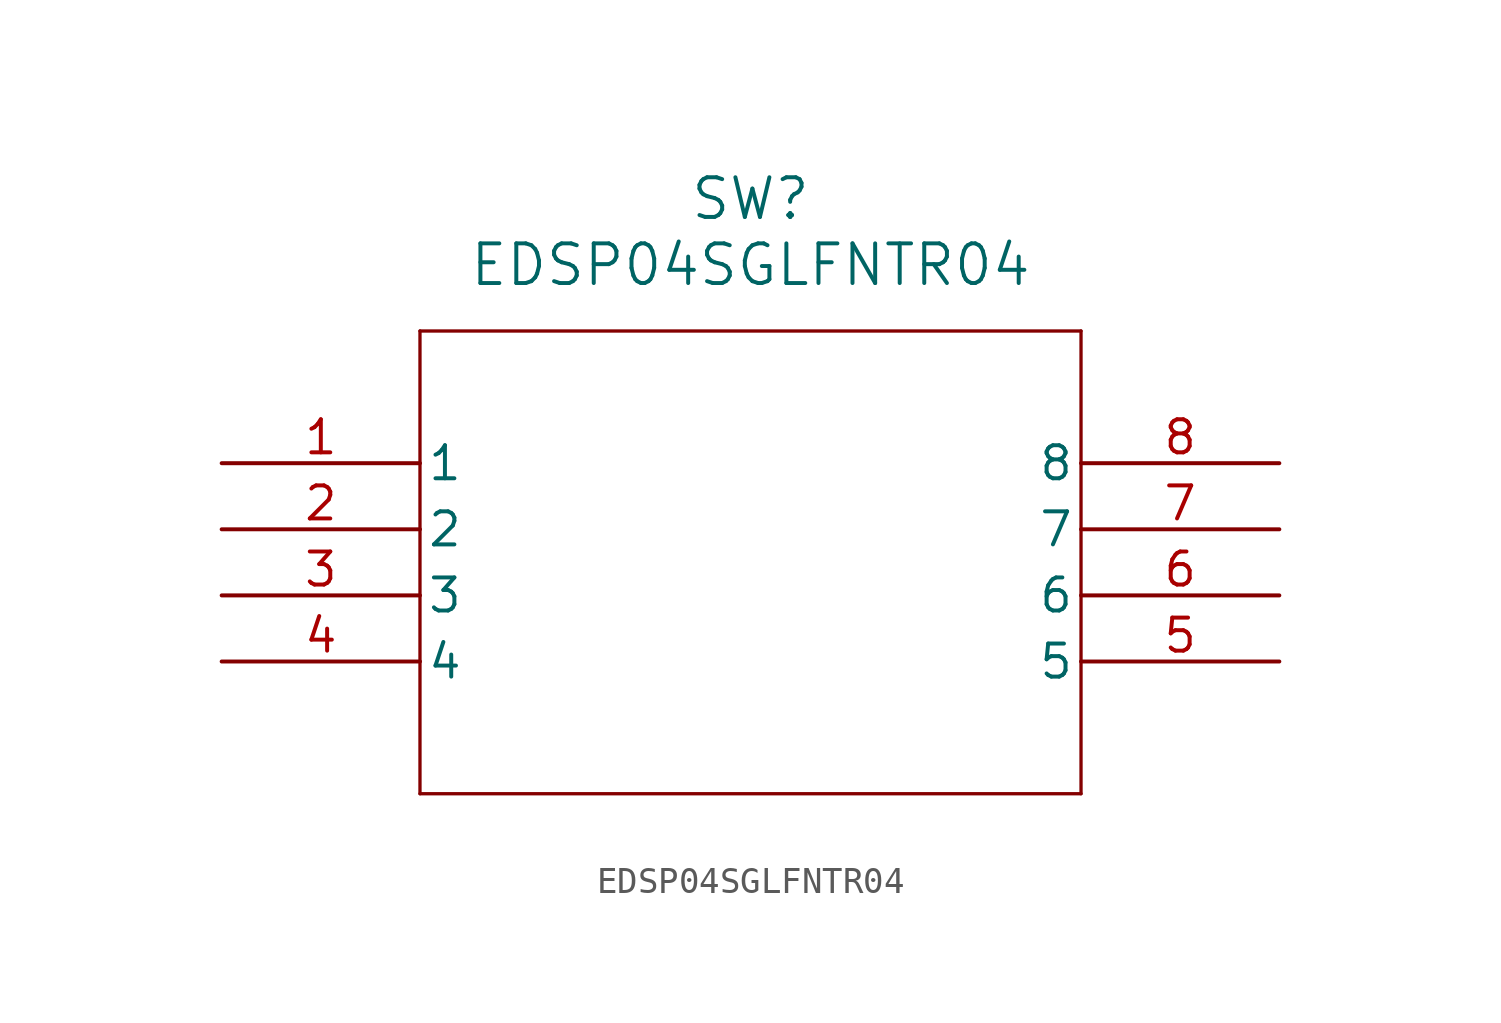
<source format=kicad_sym>
(kicad_symbol_lib
  (version 20211014)
  (generator kicad_symbol_editor)
  (symbol "EDSP04SGLFNTR04"
    (pin_names
      (offset 0.254))
    (property "Reference" "SW"
      (at 20.32 10.16 0)
      (effects (font (size 1.524 1.524))))
    (property "Value" "EDSP04SGLFNTR04"
      (at 20.32 7.62 0)
      (effects (font (size 1.524 1.524))))
    (symbol "EDSP04SGLFNTR04_0_1"
      (polyline (pts (xy 7.62 5.08) (xy 7.62 -12.7)) (stroke (width 0.127) (type default) (color 0 0 0 0)) (fill (type none)))
      (polyline (pts (xy 7.62 -12.7) (xy 33.02 -12.7)) (stroke (width 0.127) (type default) (color 0 0 0 0)) (fill (type none)))
      (polyline (pts (xy 33.02 -12.7) (xy 33.02 5.08)) (stroke (width 0.127) (type default) (color 0 0 0 0)) (fill (type none)))
      (polyline (pts (xy 33.02 5.08) (xy 7.62 5.08)) (stroke (width 0.127) (type default) (color 0 0 0 0)) (fill (type none)))
      (pin unspecified line (at 0 0 0) (length 7.62) (name "1" (effects (font (size 1.27 1.27)))) (number "1" (effects (font (size 1.27 1.27)))))
      (pin unspecified line (at 0 -2.54 0) (length 7.62) (name "2" (effects (font (size 1.27 1.27)))) (number "2" (effects (font (size 1.27 1.27)))))
      (pin unspecified line (at 0 -5.08 0) (length 7.62) (name "3" (effects (font (size 1.27 1.27)))) (number "3" (effects (font (size 1.27 1.27)))))
      (pin unspecified line (at 0 -7.62 0) (length 7.62) (name "4" (effects (font (size 1.27 1.27)))) (number "4" (effects (font (size 1.27 1.27)))))
      (pin unspecified line (at 40.64 -7.62 180) (length 7.62) (name "5" (effects (font (size 1.27 1.27)))) (number "5" (effects (font (size 1.27 1.27)))))
      (pin unspecified line (at 40.64 -5.08 180) (length 7.62) (name "6" (effects (font (size 1.27 1.27)))) (number "6" (effects (font (size 1.27 1.27)))))
      (pin unspecified line (at 40.64 -2.54 180) (length 7.62) (name "7" (effects (font (size 1.27 1.27)))) (number "7" (effects (font (size 1.27 1.27)))))
      (pin unspecified line (at 40.64 0 180) (length 7.62) (name "8" (effects (font (size 1.27 1.27)))) (number "8" (effects (font (size 1.27 1.27))))))))
</source>
